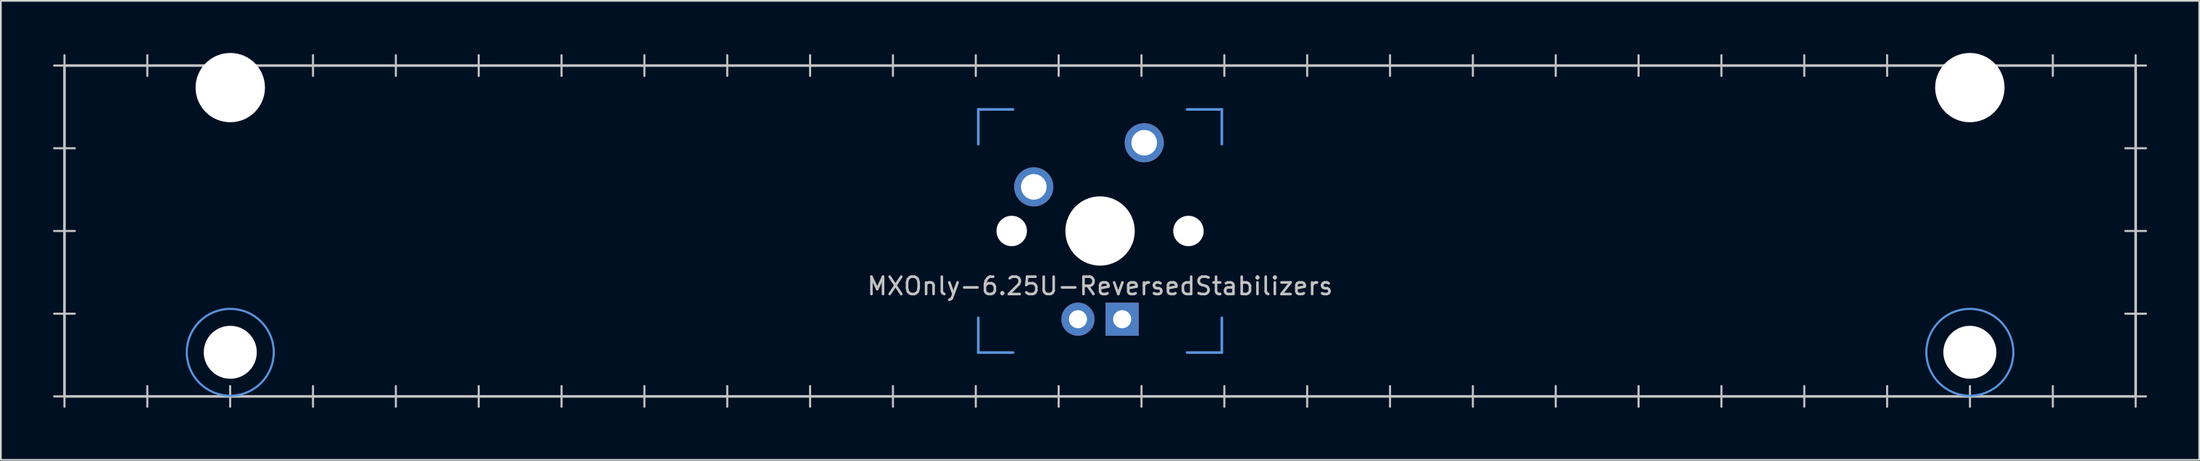
<source format=kicad_pcb>
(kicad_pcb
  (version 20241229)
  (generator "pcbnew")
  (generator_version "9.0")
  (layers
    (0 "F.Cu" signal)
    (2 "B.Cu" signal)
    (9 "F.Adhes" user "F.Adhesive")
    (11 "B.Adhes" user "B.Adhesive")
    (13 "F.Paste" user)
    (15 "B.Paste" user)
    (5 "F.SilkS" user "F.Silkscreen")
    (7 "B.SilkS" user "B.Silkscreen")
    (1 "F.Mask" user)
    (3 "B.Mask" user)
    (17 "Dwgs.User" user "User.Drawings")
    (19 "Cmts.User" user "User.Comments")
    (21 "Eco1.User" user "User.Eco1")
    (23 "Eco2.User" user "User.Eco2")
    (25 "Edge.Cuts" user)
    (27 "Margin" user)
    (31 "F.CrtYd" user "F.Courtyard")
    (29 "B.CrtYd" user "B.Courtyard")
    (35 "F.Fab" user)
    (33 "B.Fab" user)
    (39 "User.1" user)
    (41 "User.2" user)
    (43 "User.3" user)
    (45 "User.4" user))
  (footprint "MXOnly-6.25U-ReversedStabilizers"
    (layer "F.Cu")
    (at 60.187 10.249)
    (property "Reference" "MXOnly-6.25U-ReversedStabilizers" (at 0 3.175 0) (layer "Dwgs.User") (effects (font (size 1 1) (thickness 0.15))))
    (attr through_hole)
    (fp_line (start -60.127 -9.525) (end -59.531 -9.525) (stroke (width 0.12) (type solid)) (layer "Dwgs.User"))
    (fp_line (start -60.127 -0.000008) (end -58.936 -0.000008) (stroke (width 0.12) (type solid)) (layer "Dwgs.User"))
    (fp_line (start -60.127 4.762) (end -58.936 4.762) (stroke (width 0.12) (type solid)) (layer "Dwgs.User"))
    (fp_line (start -60.127 9.525) (end -59.531 9.525) (stroke (width 0.12) (type solid)) (layer "Dwgs.User"))
    (fp_line (start -59.531 10.12) (end -59.531 9.525) (stroke (width 0.12) (type solid)) (layer "Dwgs.User"))
    (fp_line (start -59.531 -10.12) (end -59.531 -9.525) (stroke (width 0.12) (type solid)) (layer "Dwgs.User"))
    (fp_line (start -59.531 -9.525) (end 59.531 -9.525) (stroke (width 0.15) (type solid)) (layer "Dwgs.User"))
    (fp_line (start -59.531 9.525) (end -59.531 -9.525) (stroke (width 0.15) (type solid)) (layer "Dwgs.User"))
    (fp_line (start -59.531 9.525) (end 59.531 9.525) (stroke (width 0.15) (type solid)) (layer "Dwgs.User"))
    (fp_line (start -58.936 -4.763) (end -60.127 -4.763) (stroke (width 0.12) (type solid)) (layer "Dwgs.User"))
    (fp_line (start -54.769 8.93) (end -54.769 10.12) (stroke (width 0.12) (type solid)) (layer "Dwgs.User"))
    (fp_line (start -54.769 -10.12) (end -54.769 -8.93) (stroke (width 0.12) (type solid)) (layer "Dwgs.User"))
    (fp_line (start -50.006 8.93) (end -50.006 10.12) (stroke (width 0.12) (type solid)) (layer "Dwgs.User"))
    (fp_line (start -50.006 -10.12) (end -50.006 -8.93) (stroke (width 0.12) (type solid)) (layer "Dwgs.User"))
    (fp_line (start -45.244 10.12) (end -45.244 8.93) (stroke (width 0.12) (type solid)) (layer "Dwgs.User"))
    (fp_line (start -45.244 -8.93) (end -45.244 -10.12) (stroke (width 0.12) (type solid)) (layer "Dwgs.User"))
    (fp_line (start -40.481 8.93) (end -40.481 10.12) (stroke (width 0.12) (type solid)) (layer "Dwgs.User"))
    (fp_line (start -40.481 -10.12) (end -40.481 -8.93) (stroke (width 0.12) (type solid)) (layer "Dwgs.User"))
    (fp_line (start -35.719 10.12) (end -35.719 8.93) (stroke (width 0.12) (type solid)) (layer "Dwgs.User"))
    (fp_line (start -35.719 -8.93) (end -35.719 -10.12) (stroke (width 0.12) (type solid)) (layer "Dwgs.User"))
    (fp_line (start -30.956 8.93) (end -30.956 10.12) (stroke (width 0.12) (type solid)) (layer "Dwgs.User"))
    (fp_line (start -30.956 -10.12) (end -30.956 -8.93) (stroke (width 0.12) (type solid)) (layer "Dwgs.User"))
    (fp_line (start -26.194 10.12) (end -26.194 8.93) (stroke (width 0.12) (type solid)) (layer "Dwgs.User"))
    (fp_line (start -26.194 -8.93) (end -26.194 -10.12) (stroke (width 0.12) (type solid)) (layer "Dwgs.User"))
    (fp_line (start -21.431 8.93) (end -21.431 10.12) (stroke (width 0.12) (type solid)) (layer "Dwgs.User"))
    (fp_line (start -21.431 -10.12) (end -21.431 -8.93) (stroke (width 0.12) (type solid)) (layer "Dwgs.User"))
    (fp_line (start -16.669 10.12) (end -16.669 8.93) (stroke (width 0.12) (type solid)) (layer "Dwgs.User"))
    (fp_line (start -16.669 -8.93) (end -16.669 -10.12) (stroke (width 0.12) (type solid)) (layer "Dwgs.User"))
    (fp_line (start -11.906 8.93) (end -11.906 10.12) (stroke (width 0.12) (type solid)) (layer "Dwgs.User"))
    (fp_line (start -11.906 -10.12) (end -11.906 -8.93) (stroke (width 0.12) (type solid)) (layer "Dwgs.User"))
    (fp_line (start -7.144 10.12) (end -7.144 8.93) (stroke (width 0.12) (type solid)) (layer "Dwgs.User"))
    (fp_line (start -7.144 -8.93) (end -7.144 -10.12) (stroke (width 0.12) (type solid)) (layer "Dwgs.User"))
    (fp_line (start -2.381 -8.93) (end -2.381 -10.12) (stroke (width 0.12) (type solid)) (layer "Dwgs.User"))
    (fp_line (start -2.381 10.12) (end -2.381 8.93) (stroke (width 0.12) (type solid)) (layer "Dwgs.User"))
    (fp_line (start 2.381 -10.12) (end 2.381 -8.93) (stroke (width 0.12) (type solid)) (layer "Dwgs.User"))
    (fp_line (start 2.381 8.93) (end 2.381 10.12) (stroke (width 0.12) (type solid)) (layer "Dwgs.User"))
    (fp_line (start 7.144 -8.93) (end 7.144 -10.12) (stroke (width 0.12) (type solid)) (layer "Dwgs.User"))
    (fp_line (start 7.144 10.12) (end 7.144 8.93) (stroke (width 0.12) (type solid)) (layer "Dwgs.User"))
    (fp_line (start 11.906 -10.12) (end 11.906 -8.93) (stroke (width 0.12) (type solid)) (layer "Dwgs.User"))
    (fp_line (start 11.906 8.93) (end 11.906 10.12) (stroke (width 0.12) (type solid)) (layer "Dwgs.User"))
    (fp_line (start 16.669 -8.93) (end 16.669 -10.12) (stroke (width 0.12) (type solid)) (layer "Dwgs.User"))
    (fp_line (start 16.669 10.12) (end 16.669 8.93) (stroke (width 0.12) (type solid)) (layer "Dwgs.User"))
    (fp_line (start 21.431 -10.12) (end 21.431 -8.93) (stroke (width 0.12) (type solid)) (layer "Dwgs.User"))
    (fp_line (start 21.431 8.93) (end 21.431 10.12) (stroke (width 0.12) (type solid)) (layer "Dwgs.User"))
    (fp_line (start 26.194 -8.93) (end 26.194 -10.12) (stroke (width 0.12) (type solid)) (layer "Dwgs.User"))
    (fp_line (start 26.194 10.12) (end 26.194 8.93) (stroke (width 0.12) (type solid)) (layer "Dwgs.User"))
    (fp_line (start 30.956 -10.12) (end 30.956 -8.93) (stroke (width 0.12) (type solid)) (layer "Dwgs.User"))
    (fp_line (start 30.956 8.93) (end 30.956 10.12) (stroke (width 0.12) (type solid)) (layer "Dwgs.User"))
    (fp_line (start 35.719 -8.93) (end 35.719 -10.12) (stroke (width 0.12) (type solid)) (layer "Dwgs.User"))
    (fp_line (start 35.719 10.12) (end 35.719 8.93) (stroke (width 0.12) (type solid)) (layer "Dwgs.User"))
    (fp_line (start 40.481 -10.12) (end 40.481 -8.93) (stroke (width 0.12) (type solid)) (layer "Dwgs.User"))
    (fp_line (start 40.481 8.93) (end 40.481 10.12) (stroke (width 0.12) (type solid)) (layer "Dwgs.User"))
    (fp_line (start 45.244 -8.93) (end 45.244 -10.12) (stroke (width 0.12) (type solid)) (layer "Dwgs.User"))
    (fp_line (start 45.244 10.12) (end 45.244 8.93) (stroke (width 0.12) (type solid)) (layer "Dwgs.User"))
    (fp_line (start 50.006 -10.12) (end 50.006 -8.93) (stroke (width 0.12) (type solid)) (layer "Dwgs.User"))
    (fp_line (start 50.006 8.93) (end 50.006 10.12) (stroke (width 0.12) (type solid)) (layer "Dwgs.User"))
    (fp_line (start 54.769 -8.93) (end 54.769 -10.12) (stroke (width 0.12) (type solid)) (layer "Dwgs.User"))
    (fp_line (start 54.769 10.12) (end 54.769 8.93) (stroke (width 0.12) (type solid)) (layer "Dwgs.User"))
    (fp_line (start 58.936 4.763) (end 60.127 4.763) (stroke (width 0.12) (type solid)) (layer "Dwgs.User"))
    (fp_line (start 59.531 -9.525) (end 59.531 9.525) (stroke (width 0.15) (type solid)) (layer "Dwgs.User"))
    (fp_line (start 59.531 10.12) (end 59.531 9.525) (stroke (width 0.12) (type solid)) (layer "Dwgs.User"))
    (fp_line (start 59.531 -10.12) (end 59.531 -9.525) (stroke (width 0.12) (type solid)) (layer "Dwgs.User"))
    (fp_line (start 60.127 -9.525) (end 59.531 -9.525) (stroke (width 0.12) (type solid)) (layer "Dwgs.User"))
    (fp_line (start 60.127 -4.763) (end 58.936 -4.763) (stroke (width 0.12) (type solid)) (layer "Dwgs.User"))
    (fp_line (start 60.127 0) (end 58.936 0) (stroke (width 0.12) (type solid)) (layer "Dwgs.User"))
    (fp_line (start 60.127 9.525) (end 59.531 9.525) (stroke (width 0.12) (type solid)) (layer "Dwgs.User"))
    (fp_line (start -7 -7) (end -7 -5) (stroke (width 0.15) (type solid)) (layer "Cmts.User"))
    (fp_line (start -7 7) (end -7 5) (stroke (width 0.15) (type solid)) (layer "Cmts.User"))
    (fp_line (start -5 -7) (end -7 -7) (stroke (width 0.15) (type solid)) (layer "Cmts.User"))
    (fp_line (start -5 7) (end -7 7) (stroke (width 0.15) (type solid)) (layer "Cmts.User"))
    (fp_line (start 5 -7) (end 7 -7) (stroke (width 0.15) (type solid)) (layer "Cmts.User"))
    (fp_line (start 7 -7) (end 7 -5) (stroke (width 0.15) (type solid)) (layer "Cmts.User"))
    (fp_line (start 7 5) (end 7 7) (stroke (width 0.15) (type solid)) (layer "Cmts.User"))
    (fp_line (start 7 7) (end 5 7) (stroke (width 0.15) (type solid)) (layer "Cmts.User"))
    (fp_circle (center -50 6.985) (end -52.5 6.985) (stroke (width 0.12) (type solid)) (fill no) (layer "Cmts.User"))
    (fp_circle (center 50 6.985) (end 47.5 6.985) (stroke (width 0.12) (type solid)) (fill no) (layer "Cmts.User"))
    (pad "" np_thru_hole circle (at -50 -8.255) (size 3.988 3.988) (drill 3.988) (layers "*.Cu" "*.Mask"))
    (pad "" np_thru_hole circle (at -50 6.985) (size 3.048 3.048) (drill 3.048) (layers "*.Cu" "*.Mask"))
    (pad "" np_thru_hole circle (at -5.08 0 48.1) (size 1.75 1.75) (drill 1.75) (layers "*.Cu" "*.Mask"))
    (pad "" np_thru_hole circle (at 0 0) (size 3.988 3.988) (drill 3.988) (layers "*.Cu" "*.Mask"))
    (pad "" np_thru_hole circle (at 5.08 0 48.1) (size 1.75 1.75) (drill 1.75) (layers "*.Cu" "*.Mask"))
    (pad "" np_thru_hole circle (at 50 -8.255) (size 3.988 3.988) (drill 3.988) (layers "*.Cu" "*.Mask"))
    (pad "" np_thru_hole circle (at 50 6.985) (size 3.048 3.048) (drill 3.048) (layers "*.Cu" "*.Mask"))
    (pad "1" thru_hole circle (at -3.81 -2.54) (size 2.25 2.25) (drill 1.47) (layers "*.Cu" "B.Mask"))
    (pad "2" thru_hole circle (at 2.54 -5.08) (size 2.25 2.25) (drill 1.47) (layers "*.Cu" "B.Mask"))
    (pad "3" thru_hole circle (at -1.27 5.08) (size 1.905 1.905) (drill 1.04) (layers "*.Cu" "B.Mask"))
    (pad "4" thru_hole rect (at 1.27 5.08) (size 1.905 1.905) (drill 1.04) (layers "*.Cu" "B.Mask")))
  (gr_rect
    (start -3 -3)
    (end 123.373 23.429)
    (stroke (width 0.1) (type default))
    (fill no)
    (layer "Edge.Cuts")))
</source>
